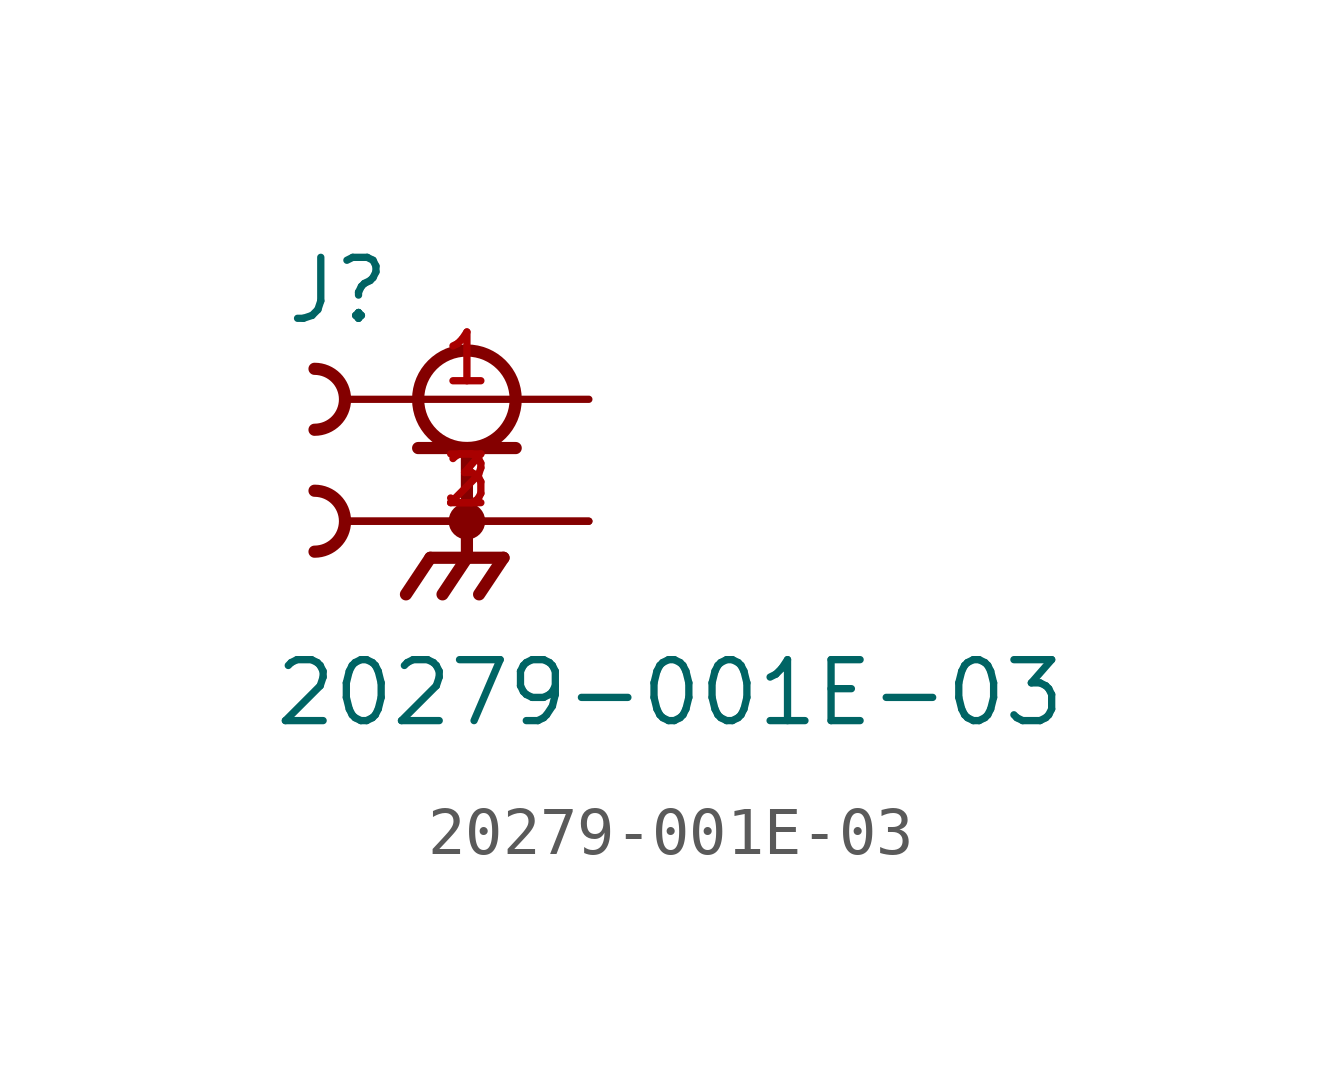
<source format=kicad_sym>
(kicad_symbol_lib
  (version 20211014)
  (generator kicad_symbol_editor)
  (symbol "20279-001E-03"
    (pin_names
      (offset 1.016))
    (property "Reference" "J"
      (at -3.81 1.524 0)
      (effects (font (size 1.27 1.27)) (justify bottom left)))
    (property "Value" "20279-001E-03"
      (at -4.064 -6.858 0)
      (effects (font (size 1.27 1.27)) (justify bottom left)))
    (symbol "20279-001E-03_0_0"
      (circle (center 0.0 0.0) (radius 1.016) (stroke (width 0.254)) (fill (type none)))
      (polyline (pts (xy -1.016 -1.016) (xy 0.0 -1.016)) (stroke (width 0.254)))
      (polyline (pts (xy 0.0 -1.016) (xy 1.016 -1.016)) (stroke (width 0.254)))
      (polyline (pts (xy 0.0 -1.016) (xy 0.0 -3.302)) (stroke (width 0.254)))
      (circle (center 0.0 -2.54) (radius 0.254) (stroke (width 0.254)) (fill (type none)))
      (polyline (pts (xy 0.0 -3.302) (xy -0.762 -3.302)) (stroke (width 0.254)))
      (polyline (pts (xy 0.0 -3.302) (xy 0.762 -3.302)) (stroke (width 0.254)))
      (polyline (pts (xy -0.762 -3.302) (xy -1.27 -4.064)) (stroke (width 0.254)))
      (polyline (pts (xy 0.0 -3.302) (xy -0.508 -4.064)) (stroke (width 0.254)))
      (polyline (pts (xy 0.762 -3.302) (xy 0.254 -4.064)) (stroke (width 0.254)))
      (arc (start -3.175 0.635) (mid -2.54 -0.0) (end -3.175 -0.635) (stroke (width 0.254) (type default) (color 0 0 0 0)) (fill (type none)))
      (arc (start -3.175 -1.905) (mid -2.54 -2.54) (end -3.175 -3.175) (stroke (width 0.254) (type default) (color 0 0 0 0)) (fill (type none)))
      (pin passive line (at 2.54 0.0 180.0) (length 5.08) (name "~" (effects (font (size 1.016 1.016)))) (number "1" (effects (font (size 1.016 1.016)))))
      (pin passive line (at 2.54 -2.54 180.0) (length 5.08) (name "~" (effects (font (size 1.016 1.016)))) (number "2" (effects (font (size 1.016 1.016)))))
      (pin passive line (at 2.54 -2.54 180.0) (length 5.08) (name "~" (effects (font (size 1.016 1.016)))) (number "3" (effects (font (size 1.016 1.016))))))))
</source>
